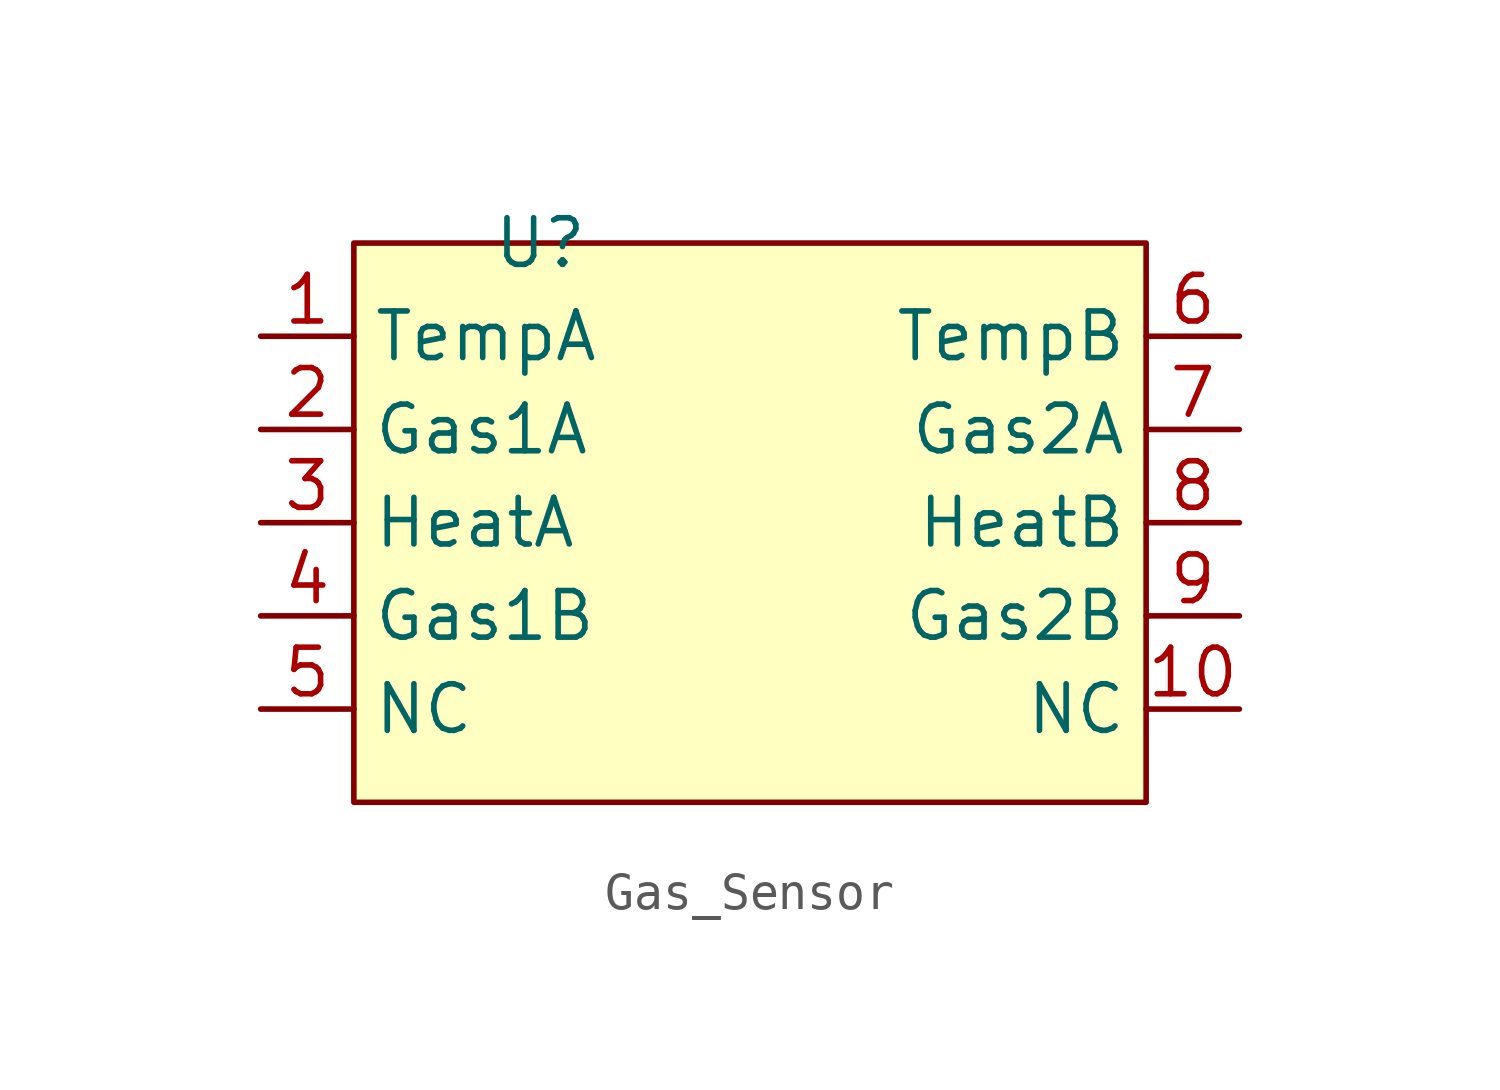
<source format=kicad_sym>
(kicad_symbol_lib
  (version 20220914)
  (generator kicad_symbol_editor)
  (symbol "Gas_Sensor"
    (property "Reference" "U"
      (at 0 0 0)
      (effects (font (size 1.27 1.27))))
    (property "Value" ""
      (at 0 0 0)
      (effects (font (size 1.27 1.27))))
    (symbol "Gas_Sensor_1_1"
      (rectangle (start -5.08 0) (end 16.51 -15.24) (stroke (width 0) (type default)) (fill (type background)))
      (pin passive line (at -7.62 -2.54 0) (length 2.54) (name "TempA" (effects (font (size 1.27 1.27)))) (number "1" (effects (font (size 1.27 1.27)))))
      (pin passive line (at 19.05 -12.7 180) (length 2.54) (name "NC" (effects (font (size 1.27 1.27)))) (number "10" (effects (font (size 1.27 1.27)))))
      (pin passive line (at -7.62 -5.08 0) (length 2.54) (name "Gas1A" (effects (font (size 1.27 1.27)))) (number "2" (effects (font (size 1.27 1.27)))))
      (pin passive line (at -7.62 -7.62 0) (length 2.54) (name "HeatA" (effects (font (size 1.27 1.27)))) (number "3" (effects (font (size 1.27 1.27)))))
      (pin passive line (at -7.62 -10.16 0) (length 2.54) (name "Gas1B" (effects (font (size 1.27 1.27)))) (number "4" (effects (font (size 1.27 1.27)))))
      (pin passive line (at -7.62 -12.7 0) (length 2.54) (name "NC" (effects (font (size 1.27 1.27)))) (number "5" (effects (font (size 1.27 1.27)))))
      (pin passive line (at 19.05 -2.54 180) (length 2.54) (name "TempB" (effects (font (size 1.27 1.27)))) (number "6" (effects (font (size 1.27 1.27)))))
      (pin passive line (at 19.05 -5.08 180) (length 2.54) (name "Gas2A" (effects (font (size 1.27 1.27)))) (number "7" (effects (font (size 1.27 1.27)))))
      (pin passive line (at 19.05 -7.62 180) (length 2.54) (name "HeatB" (effects (font (size 1.27 1.27)))) (number "8" (effects (font (size 1.27 1.27)))))
      (pin passive line (at 19.05 -10.16 180) (length 2.54) (name "Gas2B" (effects (font (size 1.27 1.27)))) (number "9" (effects (font (size 1.27 1.27))))))))
</source>
